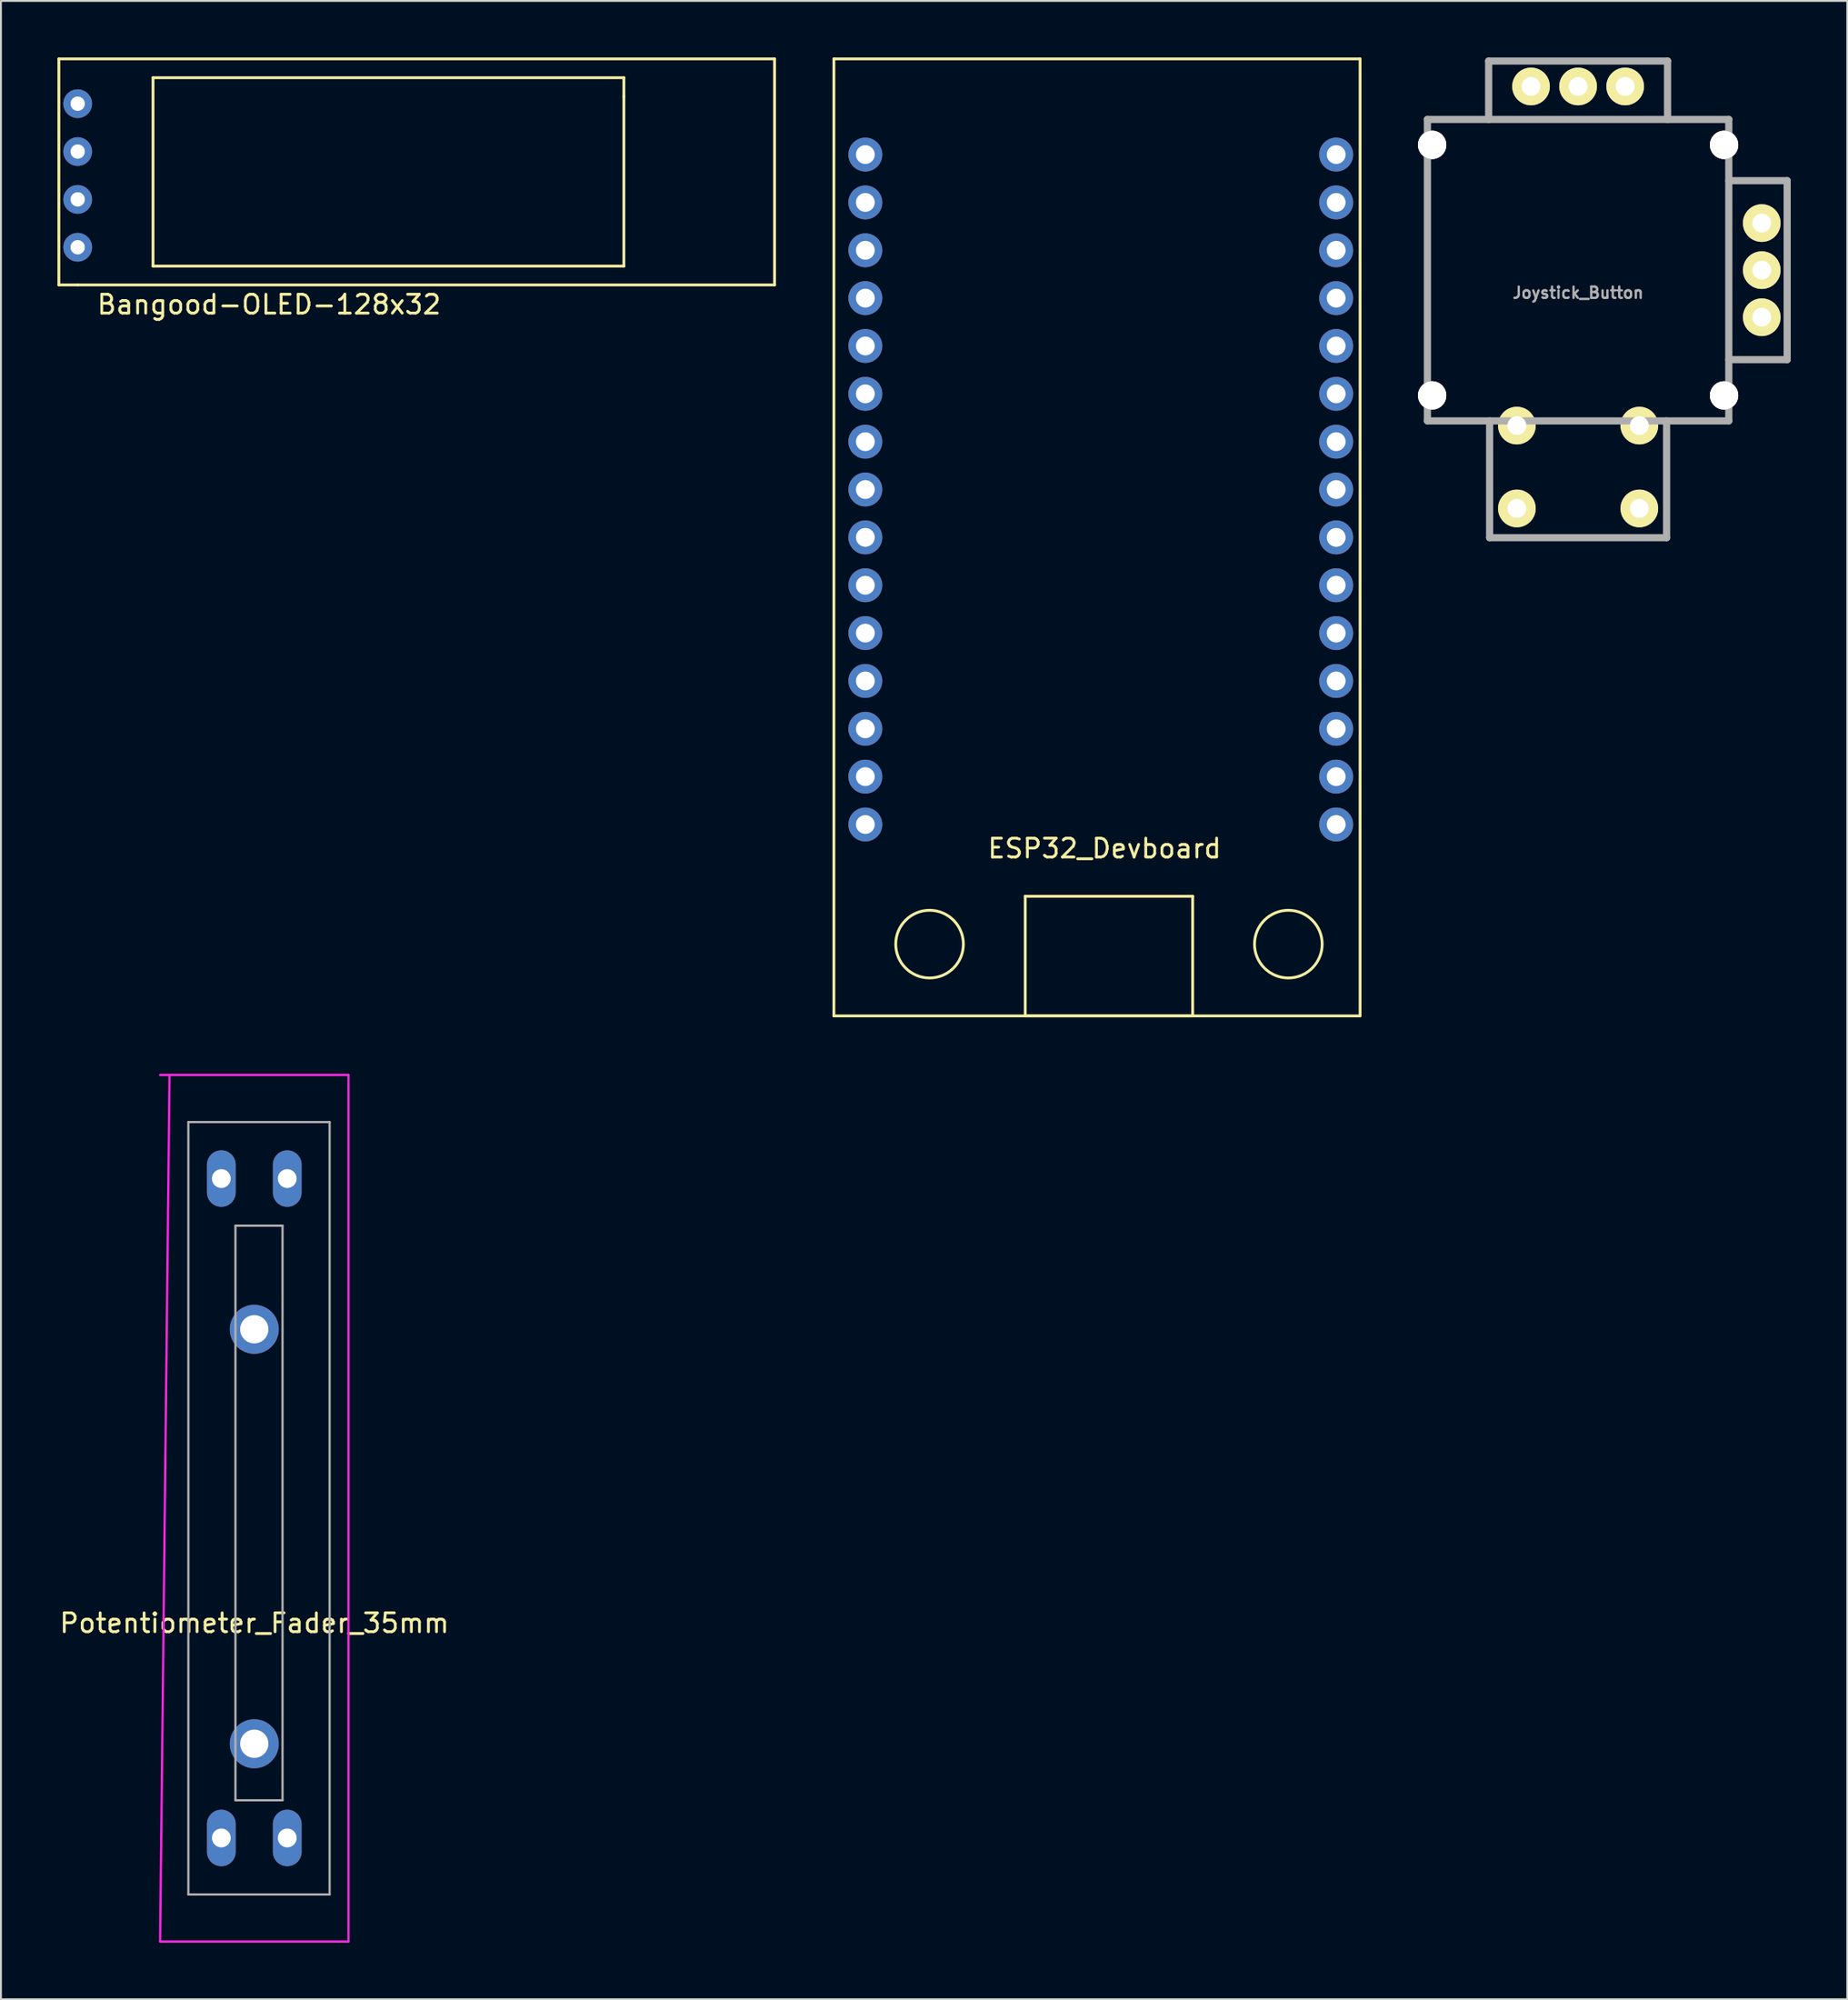
<source format=kicad_pcb>
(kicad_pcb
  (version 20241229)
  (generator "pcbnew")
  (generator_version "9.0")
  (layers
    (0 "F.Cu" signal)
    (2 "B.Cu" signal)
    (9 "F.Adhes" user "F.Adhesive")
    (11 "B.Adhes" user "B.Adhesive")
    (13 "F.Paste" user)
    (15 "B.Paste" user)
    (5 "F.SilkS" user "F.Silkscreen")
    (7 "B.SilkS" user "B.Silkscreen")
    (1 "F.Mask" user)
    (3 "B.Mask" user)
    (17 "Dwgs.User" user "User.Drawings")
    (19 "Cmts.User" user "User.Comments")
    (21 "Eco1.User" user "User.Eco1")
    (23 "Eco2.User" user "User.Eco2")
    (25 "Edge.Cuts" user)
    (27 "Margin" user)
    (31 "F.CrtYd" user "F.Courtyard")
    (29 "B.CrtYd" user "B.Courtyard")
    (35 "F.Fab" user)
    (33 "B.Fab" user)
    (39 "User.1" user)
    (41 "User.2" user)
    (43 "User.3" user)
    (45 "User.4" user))
  (footprint "Potentiometer_Fader_35mm"
    (layer "F.Cu")
    (at 10.451 77.01)
    (property "Reference" "Potentiometer_Fader_35mm" (at 0.008 6.096 0) (layer "F.SilkS") (effects (font (size 1 1) (thickness 0.15))))
    (attr through_hole)
    (fp_line (start -5 -23) (end 5 -23) (stroke (width 0.12) (type solid)) (layer "F.CrtYd"))
    (fp_line (start -5 23) (end -4.5 -23) (stroke (width 0.12) (type solid)) (layer "F.CrtYd"))
    (fp_line (start 5 -23) (end 5 23) (stroke (width 0.12) (type solid)) (layer "F.CrtYd"))
    (fp_line (start 5 23) (end -5 23) (stroke (width 0.12) (type solid)) (layer "F.CrtYd"))
    (fp_line (start -3.5 -20.5) (end -3.5 20.5) (stroke (width 0.12) (type solid)) (layer "F.Fab"))
    (fp_line (start -3.5 20.5) (end 4 20.5) (stroke (width 0.12) (type solid)) (layer "F.Fab"))
    (fp_line (start -1 -15) (end -1 15.5) (stroke (width 0.12) (type solid)) (layer "F.Fab"))
    (fp_line (start -1 15.5) (end 1.5 15.5) (stroke (width 0.12) (type solid)) (layer "F.Fab"))
    (fp_line (start 1.5 -15) (end -1 -15) (stroke (width 0.12) (type solid)) (layer "F.Fab"))
    (fp_line (start 1.5 15.5) (end 1.5 -15) (stroke (width 0.12) (type solid)) (layer "F.Fab"))
    (fp_line (start 4 -20.5) (end -3.5 -20.5) (stroke (width 0.12) (type solid)) (layer "F.Fab"))
    (fp_line (start 4 20.5) (end 4 -20.5) (stroke (width 0.12) (type solid)) (layer "F.Fab"))
    (pad "1" thru_hole oval (at 1.75 -17.5) (size 1.524 3) (drill 1) (layers "*.Cu" "*.Mask"))
    (pad "2" thru_hole oval (at -1.75 17.5) (size 1.524 3) (drill 1) (layers "*.Cu" "*.Mask"))
    (pad "3" thru_hole oval (at 1.75 17.5) (size 1.524 3) (drill 1) (layers "*.Cu" "*.Mask"))
    (pad "4" thru_hole oval (at -1.75 -17.5) (size 1.524 3) (drill 1) (layers "*.Cu" "*.Mask"))
    (pad "5" thru_hole circle (at 0 -9.5) (size 2.6 2.6) (drill 1.5) (layers "*.Cu" "*.Mask"))
    (pad "5" thru_hole circle (at 0 12.5) (size 2.6 2.6) (drill 1.5) (layers "*.Cu" "*.Mask")))
  (footprint "Joystick_Button"
    (layer "F.Cu")
    (at 80.74 11.29)
    (property "Reference" "Joystick_Button" (at 0 1.2 0) (layer "F.Fab") (effects (font (size 0.599 0.599) (thickness 0.124))))
    (attr through_hole)
    (fp_line (start -8.001 -8.001) (end 8.001 -8.001) (stroke (width 0.381) (type solid)) (layer "F.Fab"))
    (fp_line (start -8.001 8.001) (end -8.001 -8.001) (stroke (width 0.381) (type solid)) (layer "F.Fab"))
    (fp_line (start -4.75 -11.1) (end 4.75 -11.1) (stroke (width 0.381) (type solid)) (layer "F.Fab"))
    (fp_line (start -4.75 -8.001) (end -4.75 -11.1) (stroke (width 0.381) (type solid)) (layer "F.Fab"))
    (fp_line (start -4.699 8.001) (end -4.699 14.201) (stroke (width 0.381) (type solid)) (layer "F.Fab"))
    (fp_line (start -4.699 14.201) (end 4.699 14.201) (stroke (width 0.381) (type solid)) (layer "F.Fab"))
    (fp_line (start 4.699 14.201) (end 4.699 8.001) (stroke (width 0.381) (type solid)) (layer "F.Fab"))
    (fp_line (start 4.75 -11.1) (end 4.75 -8.001) (stroke (width 0.381) (type solid)) (layer "F.Fab"))
    (fp_line (start 8.001 -8.001) (end 8.001 8.001) (stroke (width 0.381) (type solid)) (layer "F.Fab"))
    (fp_line (start 8.001 -4.75) (end 11.1 -4.75) (stroke (width 0.381) (type solid)) (layer "F.Fab"))
    (fp_line (start 8.001 8.001) (end -8.001 8.001) (stroke (width 0.381) (type solid)) (layer "F.Fab"))
    (fp_line (start 11.1 -4.75) (end 11.1 4.75) (stroke (width 0.381) (type solid)) (layer "F.Fab"))
    (fp_line (start 11.1 4.75) (end 8.001 4.75) (stroke (width 0.381) (type solid)) (layer "F.Fab"))
    (pad "" thru_hole circle (at -7.75 -6.65) (size 1.501 1.501) (drill 1.501) (layers "*.Cu" "*.Mask" "F.SilkS"))
    (pad "" thru_hole circle (at -7.75 6.65) (size 1.501 1.501) (drill 1.501) (layers "*.Cu" "*.Mask" "F.SilkS"))
    (pad "" thru_hole circle (at 3.251 8.25) (size 1.999 1.999) (drill 1.001) (layers "*.Cu" "*.Mask" "F.SilkS"))
    (pad "" thru_hole circle (at 3.251 12.649) (size 1.999 1.999) (drill 1.001) (layers "*.Cu" "*.Mask" "F.SilkS"))
    (pad "" thru_hole circle (at 7.75 -6.65) (size 1.501 1.501) (drill 1.501) (layers "*.Cu" "*.Mask" "F.SilkS"))
    (pad "" thru_hole circle (at 7.75 6.65) (size 1.501 1.501) (drill 1.501) (layers "*.Cu" "*.Mask" "F.SilkS"))
    (pad "SW1" thru_hole circle (at -3.251 8.25) (size 1.999 1.999) (drill 1.001) (layers "*.Cu" "*.Mask" "F.SilkS"))
    (pad "SW2" thru_hole circle (at -3.251 12.649) (size 1.999 1.999) (drill 1.001) (layers "*.Cu" "*.Mask" "F.SilkS"))
    (pad "X1" thru_hole circle (at 9.751 -2.499) (size 1.999 1.999) (drill 1.001) (layers "*.Cu" "*.Mask" "F.SilkS"))
    (pad "X2" thru_hole circle (at 9.751 0) (size 1.999 1.999) (drill 1.001) (layers "*.Cu" "*.Mask" "F.SilkS"))
    (pad "X3" thru_hole circle (at 9.751 2.499) (size 1.999 1.999) (drill 1.001) (layers "*.Cu" "*.Mask" "F.SilkS"))
    (pad "Y1" thru_hole circle (at -2.499 -9.751) (size 1.999 1.999) (drill 1.001) (layers "*.Cu" "*.Mask" "F.SilkS"))
    (pad "Y2" thru_hole circle (at 0 -9.751) (size 1.999 1.999) (drill 1.001) (layers "*.Cu" "*.Mask" "F.SilkS"))
    (pad "Y3" thru_hole circle (at 2.499 -9.751) (size 1.999 1.999) (drill 1.001) (layers "*.Cu" "*.Mask" "F.SilkS")))
  (footprint "ESP32_Devboard"
    (layer "F.Cu")
    (at 55.595 45.795)
    (property "Reference" "ESP32_Devboard" (at 0 -3.81 0) (layer "F.SilkS") (effects (font (size 1 1) (thickness 0.15))))
    (attr through_hole)
    (fp_line (start -14.37 -45.72) (end 13.57 -45.72) (stroke (width 0.15) (type solid)) (layer "F.SilkS"))
    (fp_line (start -14.37 5.08) (end -14.37 -45.72) (stroke (width 0.15) (type solid)) (layer "F.SilkS"))
    (fp_line (start -4.21 -1.27) (end 4.68 -1.27) (stroke (width 0.15) (type solid)) (layer "F.SilkS"))
    (fp_line (start -4.21 5.08) (end -4.21 -1.27) (stroke (width 0.15) (type solid)) (layer "F.SilkS"))
    (fp_line (start 4.68 -1.27) (end 4.68 5.08) (stroke (width 0.15) (type solid)) (layer "F.SilkS"))
    (fp_line (start 4.68 5.08) (end -4.21 5.08) (stroke (width 0.15) (type solid)) (layer "F.SilkS"))
    (fp_line (start 13.57 -45.72) (end 13.57 5.08) (stroke (width 0.15) (type solid)) (layer "F.SilkS"))
    (fp_line (start 13.57 5.08) (end -14.37 5.08) (stroke (width 0.15) (type solid)) (layer "F.SilkS"))
    (fp_circle (center -9.29 1.27) (end -8.02 2.54) (stroke (width 0.15) (type solid)) (fill no) (layer "F.SilkS"))
    (fp_circle (center 9.76 1.27) (end 11.03 2.54) (stroke (width 0.15) (type solid)) (fill no) (layer "F.SilkS"))
    (pad "1" thru_hole circle (at -12.7 -40.64) (size 1.8 1.8) (drill 1) (layers "*.Cu" "*.Mask"))
    (pad "2" thru_hole circle (at -12.7 -38.1) (size 1.8 1.8) (drill 1) (layers "*.Cu" "*.Mask"))
    (pad "3" thru_hole circle (at -12.7 -35.56) (size 1.8 1.8) (drill 1) (layers "*.Cu" "*.Mask"))
    (pad "4" thru_hole circle (at -12.7 -33.02) (size 1.8 1.8) (drill 1) (layers "*.Cu" "*.Mask"))
    (pad "5" thru_hole circle (at -12.7 -30.48) (size 1.8 1.8) (drill 1) (layers "*.Cu" "*.Mask"))
    (pad "6" thru_hole circle (at -12.7 -27.94) (size 1.8 1.8) (drill 1) (layers "*.Cu" "*.Mask"))
    (pad "7" thru_hole circle (at -12.7 -25.4) (size 1.8 1.8) (drill 1) (layers "*.Cu" "*.Mask"))
    (pad "8" thru_hole circle (at -12.7 -22.86) (size 1.8 1.8) (drill 1) (layers "*.Cu" "*.Mask"))
    (pad "9" thru_hole circle (at -12.7 -20.32) (size 1.8 1.8) (drill 1) (layers "*.Cu" "*.Mask"))
    (pad "10" thru_hole circle (at -12.7 -17.78) (size 1.8 1.8) (drill 1) (layers "*.Cu" "*.Mask"))
    (pad "11" thru_hole circle (at -12.7 -15.24) (size 1.8 1.8) (drill 1) (layers "*.Cu" "*.Mask"))
    (pad "12" thru_hole circle (at -12.7 -12.7) (size 1.8 1.8) (drill 1) (layers "*.Cu" "*.Mask"))
    (pad "13" thru_hole circle (at -12.7 -10.16) (size 1.8 1.8) (drill 1) (layers "*.Cu" "*.Mask"))
    (pad "14" thru_hole circle (at -12.7 -7.62) (size 1.8 1.8) (drill 1) (layers "*.Cu" "*.Mask"))
    (pad "15" thru_hole circle (at -12.7 -5.08) (size 1.8 1.8) (drill 1) (layers "*.Cu" "*.Mask"))
    (pad "16" thru_hole circle (at 12.3 -5.08) (size 1.8 1.8) (drill 1) (layers "*.Cu" "*.Mask"))
    (pad "17" thru_hole circle (at 12.3 -7.62) (size 1.8 1.8) (drill 1) (layers "*.Cu" "*.Mask"))
    (pad "18" thru_hole circle (at 12.3 -10.16) (size 1.8 1.8) (drill 1) (layers "*.Cu" "*.Mask"))
    (pad "19" thru_hole circle (at 12.3 -12.7) (size 1.8 1.8) (drill 1) (layers "*.Cu" "*.Mask"))
    (pad "20" thru_hole circle (at 12.3 -15.24) (size 1.8 1.8) (drill 1) (layers "*.Cu" "*.Mask"))
    (pad "21" thru_hole circle (at 12.3 -17.78) (size 1.8 1.8) (drill 1) (layers "*.Cu" "*.Mask"))
    (pad "22" thru_hole circle (at 12.3 -20.32) (size 1.8 1.8) (drill 1) (layers "*.Cu" "*.Mask"))
    (pad "23" thru_hole circle (at 12.3 -22.86) (size 1.8 1.8) (drill 1) (layers "*.Cu" "*.Mask"))
    (pad "24" thru_hole circle (at 12.3 -25.4) (size 1.8 1.8) (drill 1) (layers "*.Cu" "*.Mask"))
    (pad "25" thru_hole circle (at 12.3 -27.94) (size 1.8 1.8) (drill 1) (layers "*.Cu" "*.Mask"))
    (pad "26" thru_hole circle (at 12.3 -30.48) (size 1.8 1.8) (drill 1) (layers "*.Cu" "*.Mask"))
    (pad "27" thru_hole circle (at 12.3 -33.02) (size 1.8 1.8) (drill 1) (layers "*.Cu" "*.Mask"))
    (pad "28" thru_hole circle (at 12.3 -35.56) (size 1.8 1.8) (drill 1) (layers "*.Cu" "*.Mask"))
    (pad "29" thru_hole circle (at 12.3 -38.1) (size 1.8 1.8) (drill 1) (layers "*.Cu" "*.Mask"))
    (pad "30" thru_hole circle (at 12.3 -40.64) (size 1.8 1.8) (drill 1) (layers "*.Cu" "*.Mask")))
  (footprint "Bangood-OLED-128x32"
    (layer "F.Cu")
    (at 11.235 12.615)
    (property "Reference" "Bangood-OLED-128x32" (at 0 0.5 0) (layer "F.SilkS") (effects (font (size 1 1) (thickness 0.15))))
    (attr through_hole)
    (fp_line (start -11.16 -12.54) (end -11.16 -0.54) (stroke (width 0.15) (type solid)) (layer "F.SilkS"))
    (fp_line (start -11.16 -0.54) (end -10.16 -0.54) (stroke (width 0.15) (type solid)) (layer "F.SilkS"))
    (fp_line (start -10.16 -0.54) (end 26.84 -0.54) (stroke (width 0.15) (type solid)) (layer "F.SilkS"))
    (fp_line (start -6.16 -11.54) (end -6.16 -1.54) (stroke (width 0.15) (type solid)) (layer "F.SilkS"))
    (fp_line (start -6.16 -1.54) (end 18.84 -1.54) (stroke (width 0.15) (type solid)) (layer "F.SilkS"))
    (fp_line (start 18.84 -11.54) (end -6.16 -11.54) (stroke (width 0.15) (type solid)) (layer "F.SilkS"))
    (fp_line (start 18.84 -10.54) (end 18.84 -11.54) (stroke (width 0.15) (type solid)) (layer "F.SilkS"))
    (fp_line (start 18.84 -1.54) (end 18.84 -10.54) (stroke (width 0.15) (type solid)) (layer "F.SilkS"))
    (fp_line (start 26.84 -12.54) (end -11.16 -12.54) (stroke (width 0.15) (type solid)) (layer "F.SilkS"))
    (fp_line (start 26.84 -0.54) (end 26.84 -12.54) (stroke (width 0.15) (type solid)) (layer "F.SilkS"))
    (pad "1" thru_hole circle (at -10.16 -2.54) (size 1.524 1.524) (drill 0.762) (layers "*.Cu" "*.Mask"))
    (pad "2" thru_hole circle (at -10.16 -5.08) (size 1.524 1.524) (drill 0.762) (layers "*.Cu" "*.Mask"))
    (pad "3" thru_hole circle (at -10.16 -7.62) (size 1.524 1.524) (drill 0.762) (layers "*.Cu" "*.Mask"))
    (pad "4" thru_hole circle (at -10.16 -10.16) (size 1.524 1.524) (drill 0.762) (layers "*.Cu" "*.Mask")))
  (gr_rect
    (start -3 -3)
    (end 95.03 103.07)
    (stroke (width 0.1) (type default))
    (fill no)
    (layer "Edge.Cuts")))
</source>
